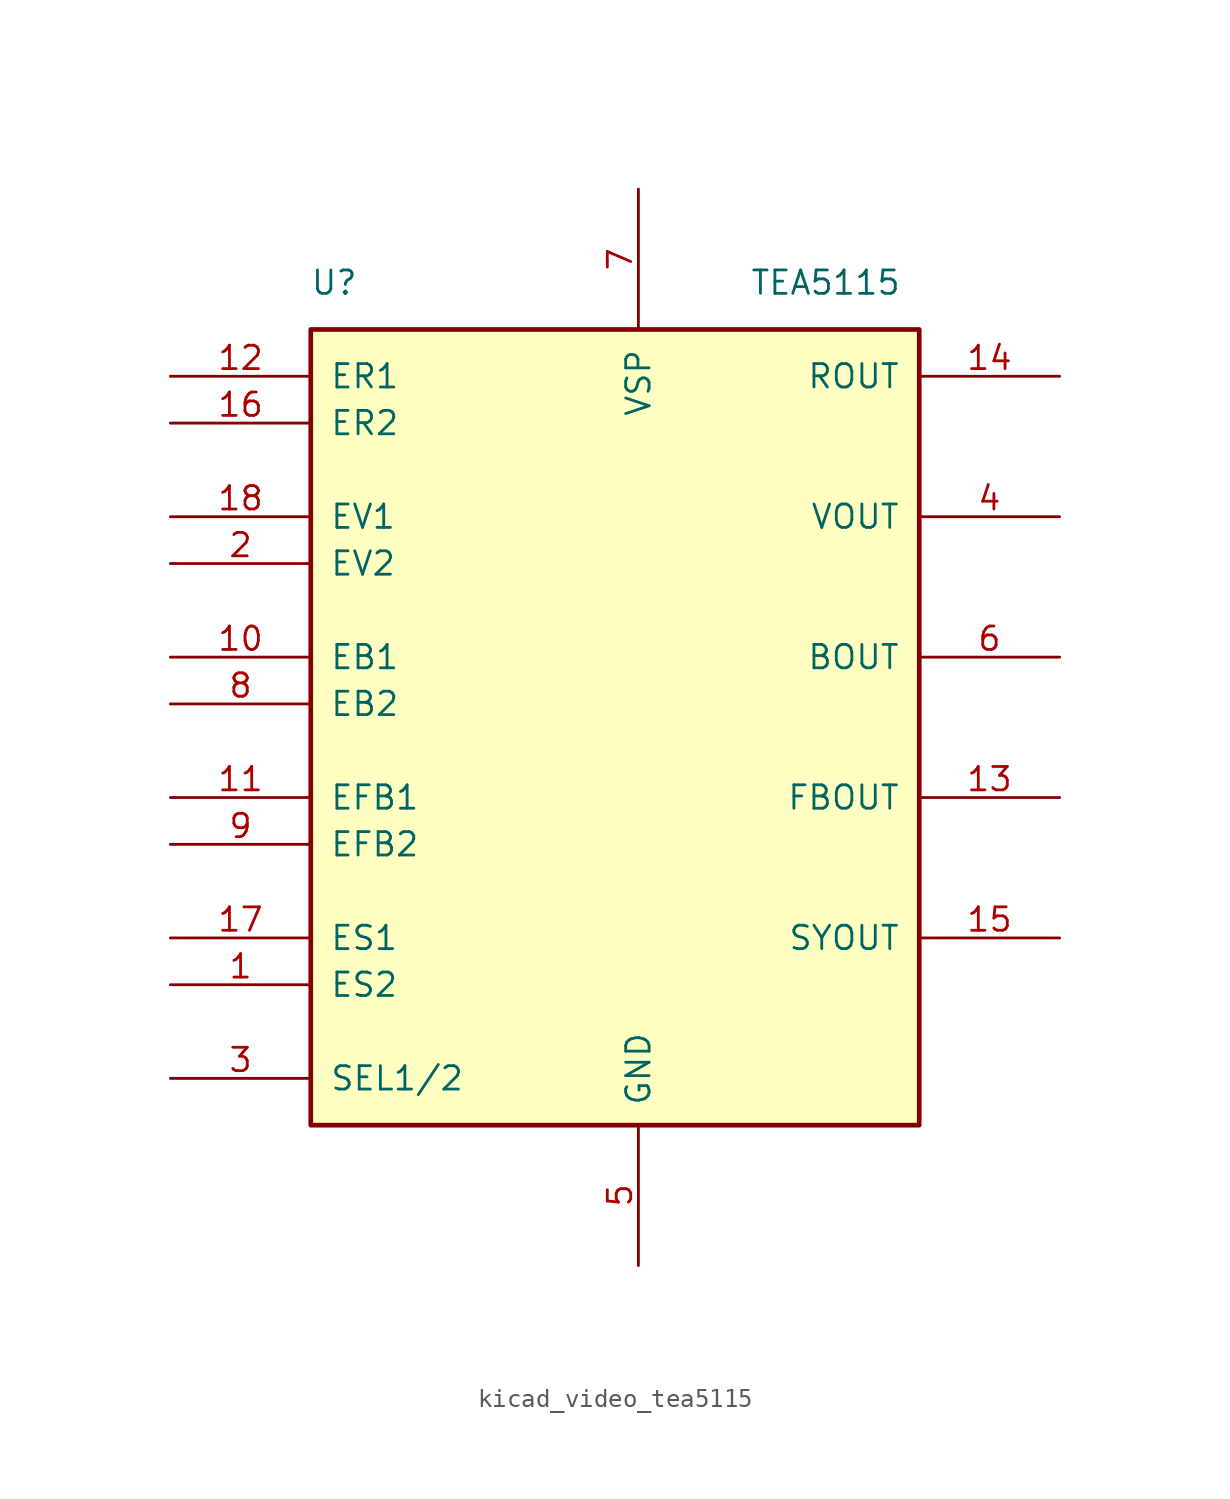
<source format=kicad_sym>
(kicad_symbol_lib
  (version 20220914)
  (generator kicad_symbol_editor)
  (symbol "kicad_video_tea5115"
    (pin_names
      (offset 1.016))
    (property "Reference" "U"
      (at -16.51 22.86 0)
      (effects (font (size 1.27 1.27))))
    (property "Value" "TEA5115"
      (at 10.16 22.86 0)
      (effects (font (size 1.27 1.27))))
    (symbol "kicad_video_tea5115_0_1"
      (rectangle (start -17.78 -22.86) (end 15.24 20.32) (stroke (width 0.254) (type default)) (fill (type background))))
    (symbol "kicad_video_tea5115_1_1"
      (pin input line (at -25.4 -15.24 0) (length 7.62) (name "ES2" (effects (font (size 1.27 1.27)))) (number "1" (effects (font (size 1.27 1.27)))))
      (pin input line (at -25.4 2.54 0) (length 7.62) (name "EB1" (effects (font (size 1.27 1.27)))) (number "10" (effects (font (size 1.27 1.27)))))
      (pin input line (at -25.4 -5.08 0) (length 7.62) (name "EFB1" (effects (font (size 1.27 1.27)))) (number "11" (effects (font (size 1.27 1.27)))))
      (pin input line (at -25.4 17.78 0) (length 7.62) (name "ER1" (effects (font (size 1.27 1.27)))) (number "12" (effects (font (size 1.27 1.27)))))
      (pin output line (at 22.86 -5.08 180) (length 7.62) (name "FBOUT" (effects (font (size 1.27 1.27)))) (number "13" (effects (font (size 1.27 1.27)))))
      (pin output line (at 22.86 17.78 180) (length 7.62) (name "ROUT" (effects (font (size 1.27 1.27)))) (number "14" (effects (font (size 1.27 1.27)))))
      (pin output line (at 22.86 -12.7 180) (length 7.62) (name "SYOUT" (effects (font (size 1.27 1.27)))) (number "15" (effects (font (size 1.27 1.27)))))
      (pin input line (at -25.4 15.24 0) (length 7.62) (name "ER2" (effects (font (size 1.27 1.27)))) (number "16" (effects (font (size 1.27 1.27)))))
      (pin input line (at -25.4 -12.7 0) (length 7.62) (name "ES1" (effects (font (size 1.27 1.27)))) (number "17" (effects (font (size 1.27 1.27)))))
      (pin input line (at -25.4 10.16 0) (length 7.62) (name "EV1" (effects (font (size 1.27 1.27)))) (number "18" (effects (font (size 1.27 1.27)))))
      (pin input line (at -25.4 7.62 0) (length 7.62) (name "EV2" (effects (font (size 1.27 1.27)))) (number "2" (effects (font (size 1.27 1.27)))))
      (pin input line (at -25.4 -20.32 0) (length 7.62) (name "SEL1/2" (effects (font (size 1.27 1.27)))) (number "3" (effects (font (size 1.27 1.27)))))
      (pin output line (at 22.86 10.16 180) (length 7.62) (name "VOUT" (effects (font (size 1.27 1.27)))) (number "4" (effects (font (size 1.27 1.27)))))
      (pin power_in line (at 0 -30.48 90) (length 7.62) (name "GND" (effects (font (size 1.27 1.27)))) (number "5" (effects (font (size 1.27 1.27)))))
      (pin output line (at 22.86 2.54 180) (length 7.62) (name "BOUT" (effects (font (size 1.27 1.27)))) (number "6" (effects (font (size 1.27 1.27)))))
      (pin input line (at 0 27.94 270) (length 7.62) (name "VSP" (effects (font (size 1.27 1.27)))) (number "7" (effects (font (size 1.27 1.27)))))
      (pin input line (at -25.4 0 0) (length 7.62) (name "EB2" (effects (font (size 1.27 1.27)))) (number "8" (effects (font (size 1.27 1.27)))))
      (pin input line (at -25.4 -7.62 0) (length 7.62) (name "EFB2" (effects (font (size 1.27 1.27)))) (number "9" (effects (font (size 1.27 1.27))))))))
</source>
